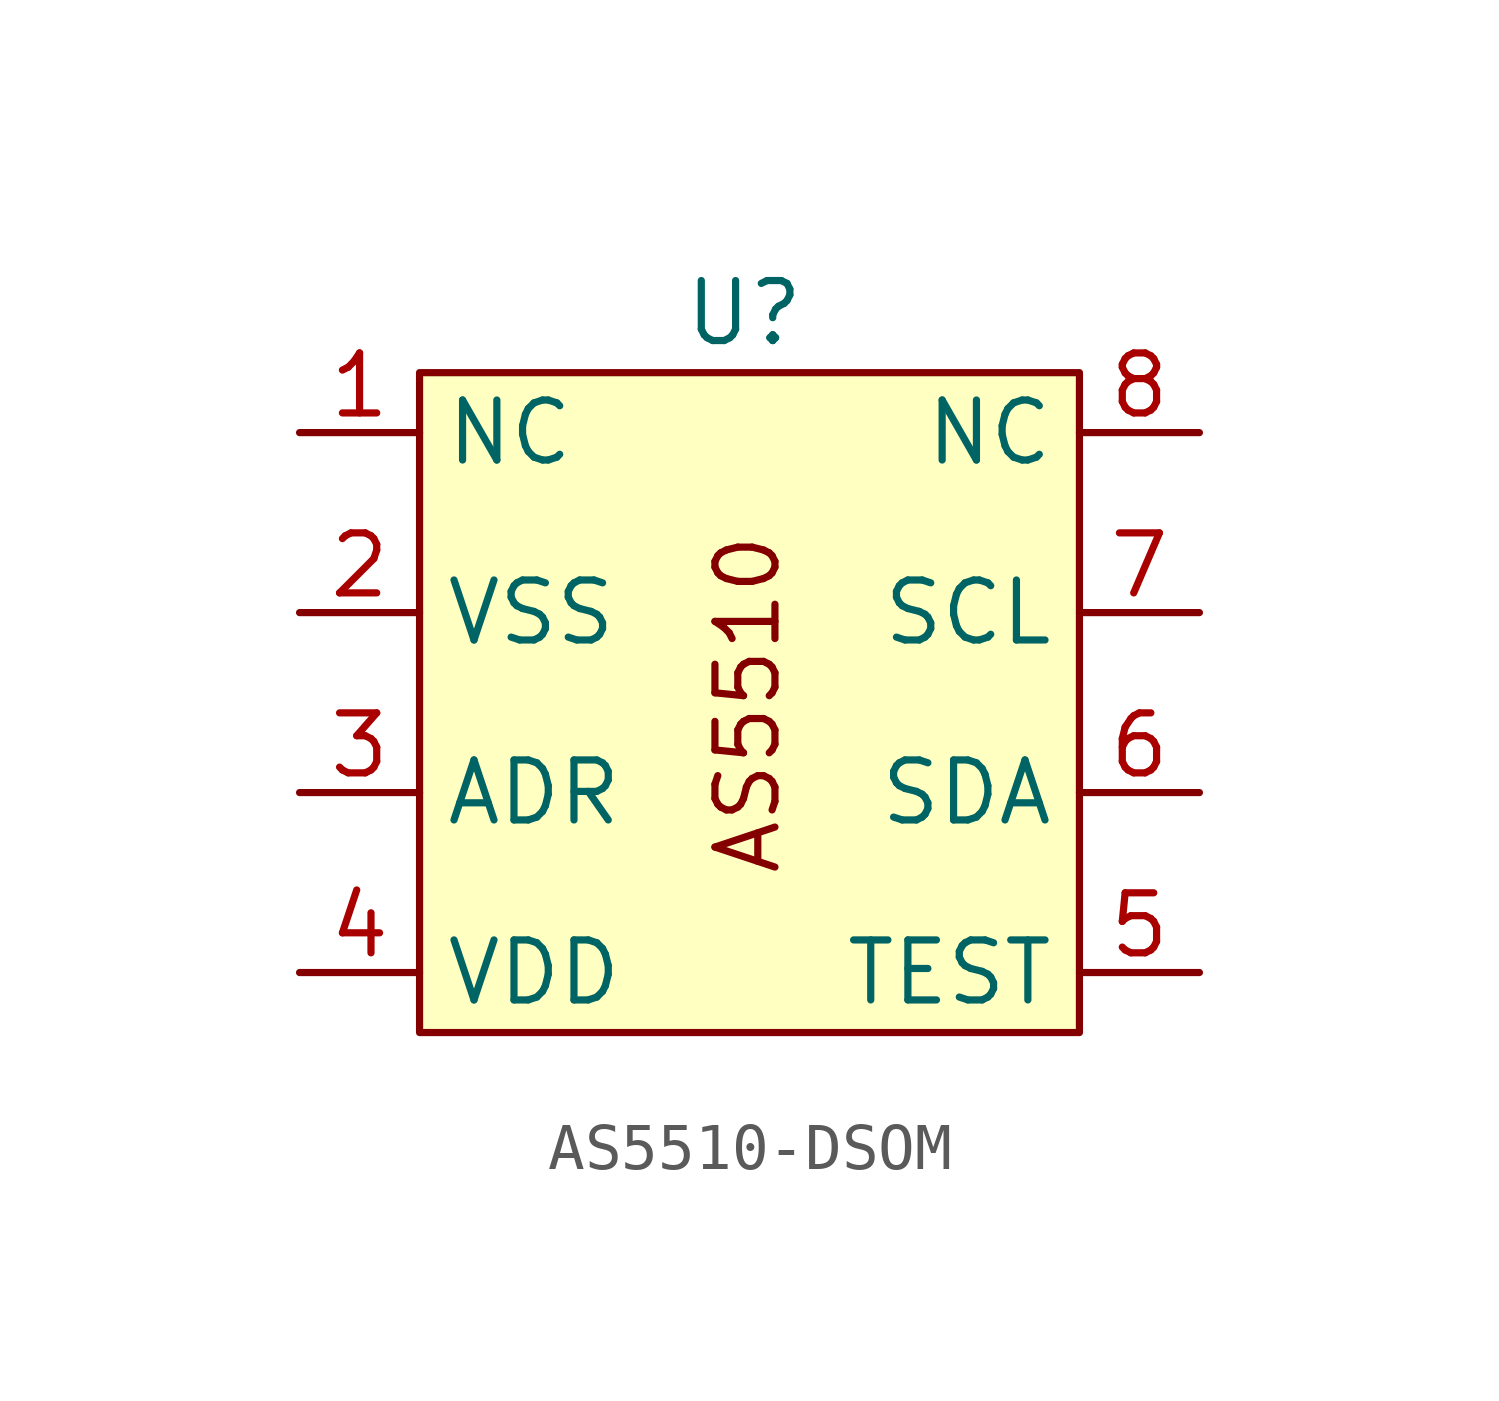
<source format=kicad_sym>
(kicad_symbol_lib
  (version 20220914)
  (generator kicad_symbol_editor)
  (symbol "AS5510-DSOM"
    (property "Reference" "U"
      (at -0.748 7.609 0)
      (effects (font (size 1.27 1.27))))
    (property "Value" ""
      (at -5.08 3.81 0)
      (effects (font (size 1.27 1.27))))
    (symbol "AS5510-DSOM_1_1"
      (rectangle (start -7.62 6.35) (end 6.35 -7.62) (stroke (width 0) (type default)) (fill (type background)))
      (text "AS5510" (at -0.676 -0.67 900) (effects (font (size 1.27 1.27))))
      (pin input line (at -10.16 5.08 0) (length 2.54) (name "NC" (effects (font (size 1.27 1.27)))) (number "1" (effects (font (size 1.27 1.27)))))
      (pin input line (at -10.16 1.27 0) (length 2.54) (name "VSS" (effects (font (size 1.27 1.27)))) (number "2" (effects (font (size 1.27 1.27)))))
      (pin input line (at -10.16 -2.54 0) (length 2.54) (name "ADR" (effects (font (size 1.27 1.27)))) (number "3" (effects (font (size 1.27 1.27)))))
      (pin input line (at -10.16 -6.35 0) (length 2.54) (name "VDD" (effects (font (size 1.27 1.27)))) (number "4" (effects (font (size 1.27 1.27)))))
      (pin input line (at 8.89 -6.35 180) (length 2.54) (name "TEST" (effects (font (size 1.27 1.27)))) (number "5" (effects (font (size 1.27 1.27)))))
      (pin input line (at 8.89 -2.54 180) (length 2.54) (name "SDA" (effects (font (size 1.27 1.27)))) (number "6" (effects (font (size 1.27 1.27)))))
      (pin input line (at 8.89 1.27 180) (length 2.54) (name "SCL" (effects (font (size 1.27 1.27)))) (number "7" (effects (font (size 1.27 1.27)))))
      (pin input line (at 8.89 5.08 180) (length 2.54) (name "NC" (effects (font (size 1.27 1.27)))) (number "8" (effects (font (size 1.27 1.27))))))))
</source>
